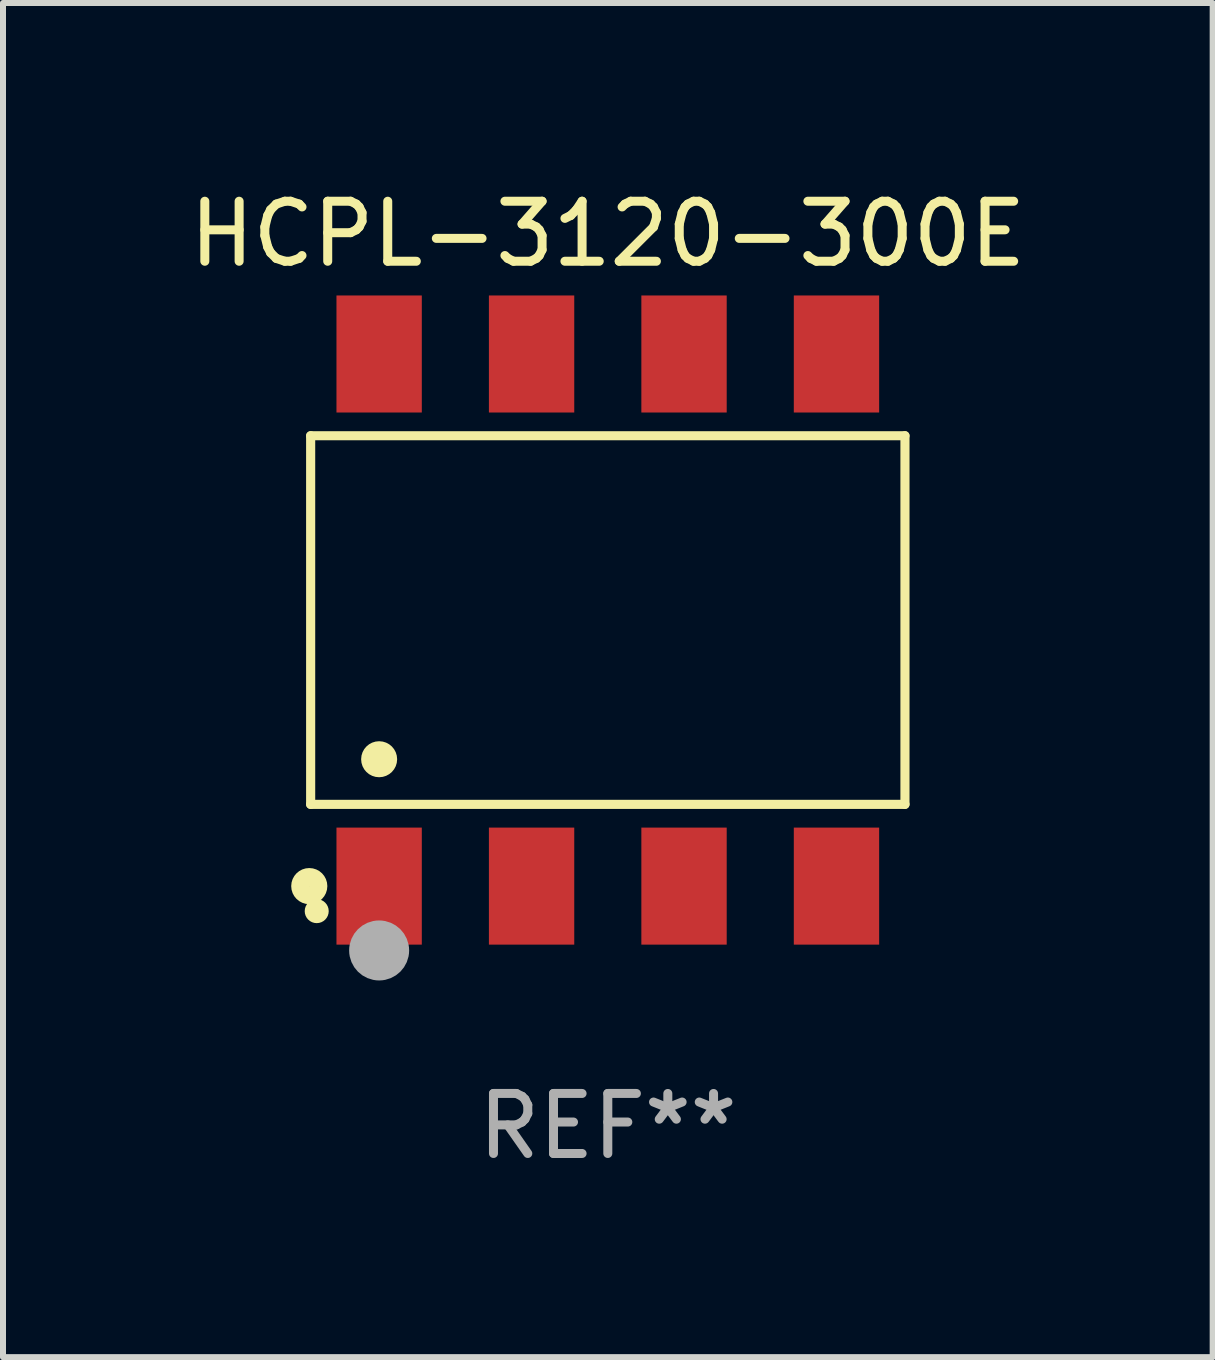
<source format=kicad_pcb>
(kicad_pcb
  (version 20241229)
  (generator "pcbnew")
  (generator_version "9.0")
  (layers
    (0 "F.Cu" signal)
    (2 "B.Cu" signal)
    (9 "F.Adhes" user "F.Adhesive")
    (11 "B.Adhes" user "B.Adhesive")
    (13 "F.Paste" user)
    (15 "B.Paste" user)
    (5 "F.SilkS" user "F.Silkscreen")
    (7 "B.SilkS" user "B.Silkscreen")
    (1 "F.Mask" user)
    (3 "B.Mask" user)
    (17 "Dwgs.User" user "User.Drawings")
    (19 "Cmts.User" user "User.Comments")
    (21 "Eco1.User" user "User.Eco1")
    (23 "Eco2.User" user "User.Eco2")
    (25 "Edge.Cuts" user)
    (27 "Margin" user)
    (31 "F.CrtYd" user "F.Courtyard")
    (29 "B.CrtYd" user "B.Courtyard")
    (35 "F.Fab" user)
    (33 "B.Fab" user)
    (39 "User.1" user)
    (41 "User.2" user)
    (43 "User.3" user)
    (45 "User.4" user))
  (footprint "HCPL-3120-300E"
    (layer "F.Cu")
    (at 7.077 7.281)
    (property "Reference" "HCPL-3120-300E" (at 0 -6.433 0) (layer "F.SilkS") (effects (font (size 1 1) (thickness 0.15))))
    (attr through_hole)
    (fp_line (start -4.951 -3.071) (end 4.951 -3.071) (stroke (width 0.152) (type solid)) (layer "F.SilkS"))
    (fp_line (start -4.951 3.071) (end -4.951 -3.071) (stroke (width 0.152) (type solid)) (layer "F.SilkS"))
    (fp_line (start 4.951 -3.071) (end 4.951 3.071) (stroke (width 0.152) (type solid)) (layer "F.SilkS"))
    (fp_line (start 4.951 3.071) (end -4.951 3.071) (stroke (width 0.152) (type solid)) (layer "F.SilkS"))
    (fp_circle (center -4.974 4.433) (end -4.823 4.433) (stroke (width 0.3) (type solid)) (fill no) (layer "F.SilkS"))
    (fp_circle (center -4.85 4.85) (end -4.75 4.85) (stroke (width 0.2) (type solid)) (fill no) (layer "F.SilkS"))
    (fp_circle (center -3.81 2.319) (end -3.66 2.319) (stroke (width 0.3) (type solid)) (fill no) (layer "F.SilkS"))
    (fp_circle (center -3.81 5.505) (end -3.56 5.505) (stroke (width 0.5) (type solid)) (fill no) (layer "F.Fab"))
    (fp_text user "REF**" (at 0 8.433 0) (layer "F.Fab") (effects (font (size 1 1) (thickness 0.15))))
    (pad "1" smd rect (at -3.81 4.433) (size 1.422 1.95) (layers "F.Cu" "F.Mask" "F.Paste"))
    (pad "2" smd rect (at -1.27 4.433) (size 1.422 1.95) (layers "F.Cu" "F.Mask" "F.Paste"))
    (pad "3" smd rect (at 1.27 4.433) (size 1.422 1.95) (layers "F.Cu" "F.Mask" "F.Paste"))
    (pad "4" smd rect (at 3.81 4.433) (size 1.422 1.95) (layers "F.Cu" "F.Mask" "F.Paste"))
    (pad "5" smd rect (at 3.81 -4.433) (size 1.422 1.95) (layers "F.Cu" "F.Mask" "F.Paste"))
    (pad "6" smd rect (at 1.27 -4.433) (size 1.422 1.95) (layers "F.Cu" "F.Mask" "F.Paste"))
    (pad "7" smd rect (at -1.27 -4.433) (size 1.422 1.95) (layers "F.Cu" "F.Mask" "F.Paste"))
    (pad "8" smd rect (at -3.81 -4.433) (size 1.422 1.95) (layers "F.Cu" "F.Mask" "F.Paste")))
  (gr_rect
    (start -3 -3)
    (end 17.155 19.562)
    (stroke (width 0.1) (type default))
    (fill no)
    (layer "Edge.Cuts")))
</source>
